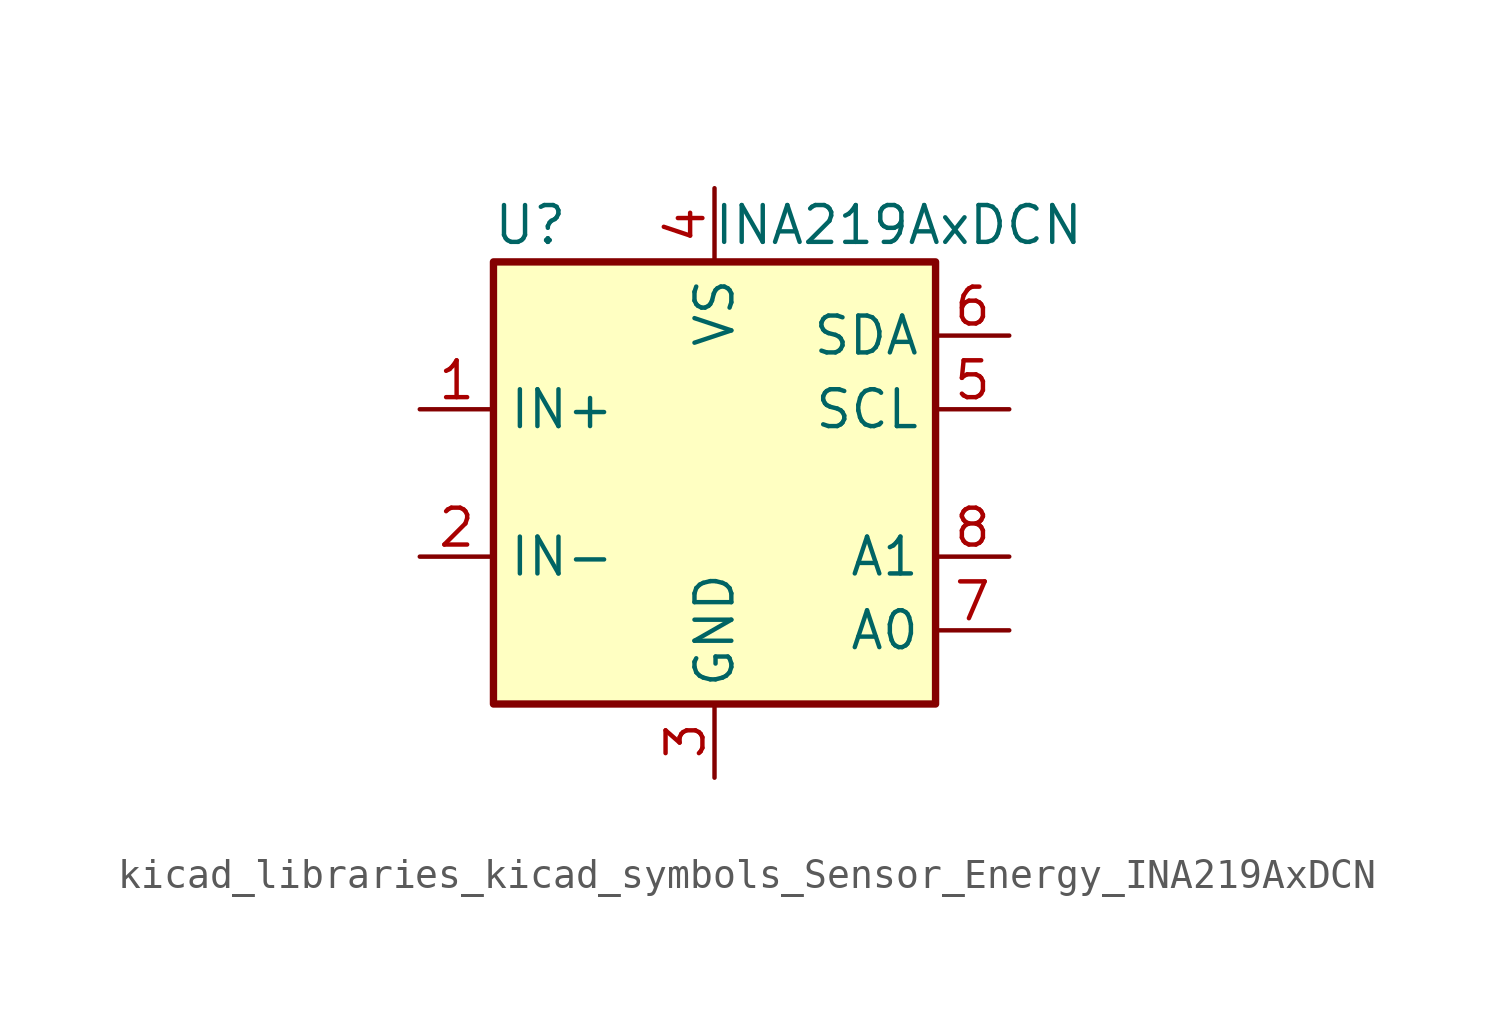
<source format=kicad_sym>
(kicad_symbol_lib
  (version 20220914)
  (generator kicad_symbol_editor)
  (symbol "kicad_libraries_kicad_symbols_Sensor_Energy_INA219AxDCN"
    (property "Reference" "U"
      (at -6.35 8.89 0)
      (effects (font (size 1.27 1.27))))
    (property "Value" "INA219AxDCN"
      (at 6.35 8.89 0)
      (effects (font (size 1.27 1.27))))
    (symbol "kicad_libraries_kicad_symbols_Sensor_Energy_INA219AxDCN_0_1"
      (rectangle (start -7.62 7.62) (end 7.62 -7.62) (stroke (width 0.254) (type default)) (fill (type background))))
    (symbol "kicad_libraries_kicad_symbols_Sensor_Energy_INA219AxDCN_1_1"
      (pin input line (at -10.16 2.54 0) (length 2.54) (name "IN+" (effects (font (size 1.27 1.27)))) (number "1" (effects (font (size 1.27 1.27)))))
      (pin input line (at -10.16 -2.54 0) (length 2.54) (name "IN-" (effects (font (size 1.27 1.27)))) (number "2" (effects (font (size 1.27 1.27)))))
      (pin power_in line (at 0 -10.16 90) (length 2.54) (name "GND" (effects (font (size 1.27 1.27)))) (number "3" (effects (font (size 1.27 1.27)))))
      (pin power_in line (at 0 10.16 270) (length 2.54) (name "VS" (effects (font (size 1.27 1.27)))) (number "4" (effects (font (size 1.27 1.27)))))
      (pin input line (at 10.16 2.54 180) (length 2.54) (name "SCL" (effects (font (size 1.27 1.27)))) (number "5" (effects (font (size 1.27 1.27)))))
      (pin bidirectional line (at 10.16 5.08 180) (length 2.54) (name "SDA" (effects (font (size 1.27 1.27)))) (number "6" (effects (font (size 1.27 1.27)))))
      (pin input line (at 10.16 -5.08 180) (length 2.54) (name "A0" (effects (font (size 1.27 1.27)))) (number "7" (effects (font (size 1.27 1.27)))))
      (pin input line (at 10.16 -2.54 180) (length 2.54) (name "A1" (effects (font (size 1.27 1.27)))) (number "8" (effects (font (size 1.27 1.27))))))))
</source>
